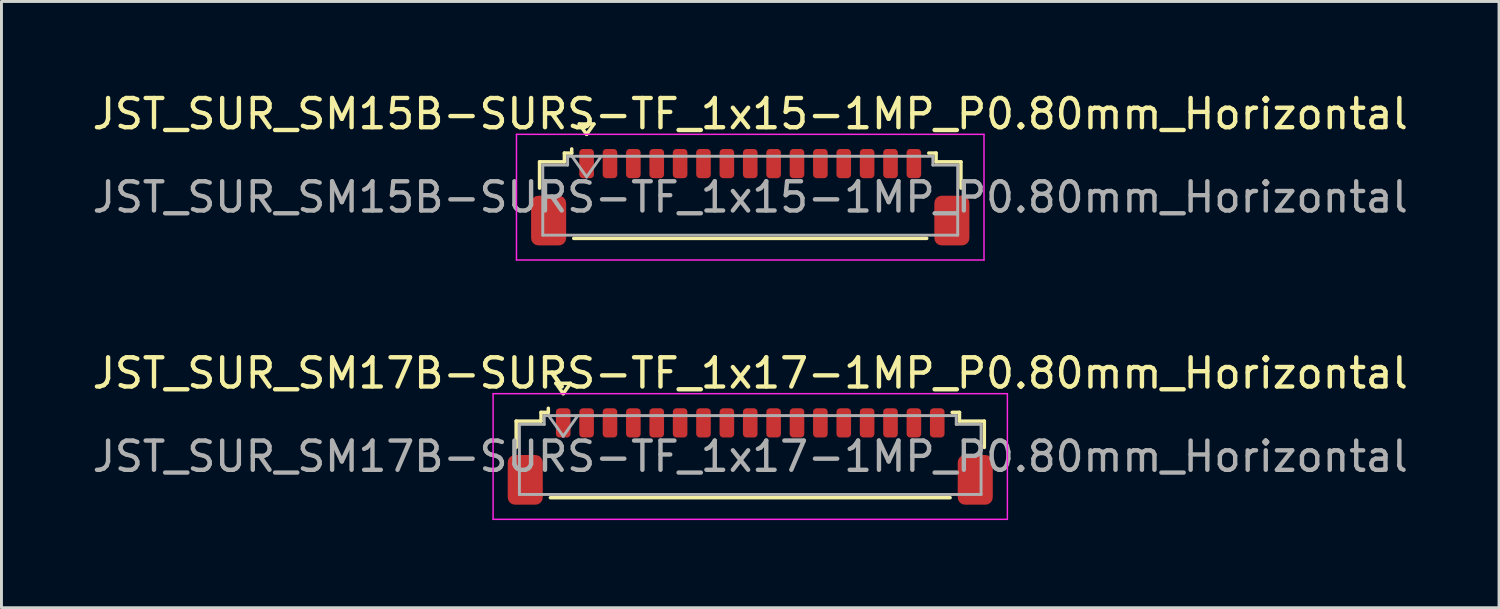
<source format=kicad_pcb>
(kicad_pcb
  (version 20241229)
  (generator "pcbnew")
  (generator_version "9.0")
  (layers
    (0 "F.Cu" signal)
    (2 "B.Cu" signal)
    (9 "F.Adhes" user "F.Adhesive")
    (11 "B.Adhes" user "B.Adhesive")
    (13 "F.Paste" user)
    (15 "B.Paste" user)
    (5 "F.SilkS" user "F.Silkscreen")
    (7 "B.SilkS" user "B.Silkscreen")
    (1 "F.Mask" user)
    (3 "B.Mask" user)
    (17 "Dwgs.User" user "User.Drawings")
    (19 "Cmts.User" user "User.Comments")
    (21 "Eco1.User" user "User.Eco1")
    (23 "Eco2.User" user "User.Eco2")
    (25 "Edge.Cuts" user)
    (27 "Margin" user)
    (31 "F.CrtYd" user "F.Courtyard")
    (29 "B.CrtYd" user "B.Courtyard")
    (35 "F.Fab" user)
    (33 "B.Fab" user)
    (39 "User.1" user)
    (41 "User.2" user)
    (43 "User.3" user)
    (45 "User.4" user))
  (footprint "JST_SUR_SM15B-SURS-TF_1x15-1MP_P0.80mm_Horizontal"
    (layer "F.Cu")
    (at 22.625 3.698)
    (property "Reference" "JST_SUR_SM15B-SURS-TF_1x15-1MP_P0.80mm_Horizontal" (at 0 -2.85 0) (layer "F.SilkS") (effects (font (size 1 1) (thickness 0.15))))
    (attr smd)
    (fp_line (start -7.21 -1.21) (end -6.36 -1.21) (stroke (width 0.12) (type solid)) (layer "F.SilkS"))
    (fp_line (start -7.21 -0.31) (end -7.21 -1.21) (stroke (width 0.12) (type solid)) (layer "F.SilkS"))
    (fp_line (start -6.36 -1.51) (end -6.11 -1.51) (stroke (width 0.12) (type solid)) (layer "F.SilkS"))
    (fp_line (start -6.36 -1.21) (end -6.36 -1.51) (stroke (width 0.12) (type solid)) (layer "F.SilkS"))
    (fp_line (start -6.11 -1.51) (end -6.11 -1.65) (stroke (width 0.12) (type solid)) (layer "F.SilkS"))
    (fp_line (start -6.04 1.41) (end 6.04 1.41) (stroke (width 0.12) (type solid)) (layer "F.SilkS"))
    (fp_line (start -5.85 -2.504) (end -5.6 -2.15) (stroke (width 0.12) (type solid)) (layer "F.SilkS"))
    (fp_line (start -5.6 -2.15) (end -5.35 -2.504) (stroke (width 0.12) (type solid)) (layer "F.SilkS"))
    (fp_line (start -5.35 -2.504) (end -5.85 -2.504) (stroke (width 0.12) (type solid)) (layer "F.SilkS"))
    (fp_line (start 6.36 -1.51) (end 6.11 -1.51) (stroke (width 0.12) (type solid)) (layer "F.SilkS"))
    (fp_line (start 6.36 -1.21) (end 6.36 -1.51) (stroke (width 0.12) (type solid)) (layer "F.SilkS"))
    (fp_line (start 7.21 -1.21) (end 6.36 -1.21) (stroke (width 0.12) (type solid)) (layer "F.SilkS"))
    (fp_line (start 7.21 -0.31) (end 7.21 -1.21) (stroke (width 0.12) (type solid)) (layer "F.SilkS"))
    (fp_line (start -8 -2.15) (end -8 2.15) (stroke (width 0.05) (type solid)) (layer "F.CrtYd"))
    (fp_line (start -8 2.15) (end 8 2.15) (stroke (width 0.05) (type solid)) (layer "F.CrtYd"))
    (fp_line (start 8 -2.15) (end -8 -2.15) (stroke (width 0.05) (type solid)) (layer "F.CrtYd"))
    (fp_line (start 8 2.15) (end 8 -2.15) (stroke (width 0.05) (type solid)) (layer "F.CrtYd"))
    (fp_line (start -7.1 -1.1) (end -7.1 1.3) (stroke (width 0.1) (type solid)) (layer "F.Fab"))
    (fp_line (start -7.1 -1.1) (end -6.25 -1.1) (stroke (width 0.1) (type solid)) (layer "F.Fab"))
    (fp_line (start -7.1 1.3) (end 7.1 1.3) (stroke (width 0.1) (type solid)) (layer "F.Fab"))
    (fp_line (start -6.25 -1.4) (end 6.25 -1.4) (stroke (width 0.1) (type solid)) (layer "F.Fab"))
    (fp_line (start -6.25 -1.1) (end -6.25 -1.4) (stroke (width 0.1) (type solid)) (layer "F.Fab"))
    (fp_line (start -6.1 -1.4) (end -5.6 -0.693) (stroke (width 0.1) (type solid)) (layer "F.Fab"))
    (fp_line (start -5.6 -0.693) (end -5.1 -1.4) (stroke (width 0.1) (type solid)) (layer "F.Fab"))
    (fp_line (start 6.25 -1.4) (end 6.25 -1.1) (stroke (width 0.1) (type solid)) (layer "F.Fab"))
    (fp_line (start 6.25 -1.1) (end 7.1 -1.1) (stroke (width 0.1) (type solid)) (layer "F.Fab"))
    (fp_line (start 7.1 -1.1) (end 7.1 1.3) (stroke (width 0.1) (type solid)) (layer "F.Fab"))
    (fp_text user "${REFERENCE}" (at 0 0 0) (layer "F.Fab") (effects (font (size 1 1) (thickness 0.15))))
    (pad "1" smd roundrect (at -5.6 -1.15) (size 0.5 1) (layers "F.Cu" "F.Mask" "F.Paste") (roundrect_rratio 0.25))
    (pad "2" smd roundrect (at -4.8 -1.15) (size 0.5 1) (layers "F.Cu" "F.Mask" "F.Paste") (roundrect_rratio 0.25))
    (pad "3" smd roundrect (at -4 -1.15) (size 0.5 1) (layers "F.Cu" "F.Mask" "F.Paste") (roundrect_rratio 0.25))
    (pad "4" smd roundrect (at -3.2 -1.15) (size 0.5 1) (layers "F.Cu" "F.Mask" "F.Paste") (roundrect_rratio 0.25))
    (pad "5" smd roundrect (at -2.4 -1.15) (size 0.5 1) (layers "F.Cu" "F.Mask" "F.Paste") (roundrect_rratio 0.25))
    (pad "6" smd roundrect (at -1.6 -1.15) (size 0.5 1) (layers "F.Cu" "F.Mask" "F.Paste") (roundrect_rratio 0.25))
    (pad "7" smd roundrect (at -0.8 -1.15) (size 0.5 1) (layers "F.Cu" "F.Mask" "F.Paste") (roundrect_rratio 0.25))
    (pad "8" smd roundrect (at 0 -1.15) (size 0.5 1) (layers "F.Cu" "F.Mask" "F.Paste") (roundrect_rratio 0.25))
    (pad "9" smd roundrect (at 0.8 -1.15) (size 0.5 1) (layers "F.Cu" "F.Mask" "F.Paste") (roundrect_rratio 0.25))
    (pad "10" smd roundrect (at 1.6 -1.15) (size 0.5 1) (layers "F.Cu" "F.Mask" "F.Paste") (roundrect_rratio 0.25))
    (pad "11" smd roundrect (at 2.4 -1.15) (size 0.5 1) (layers "F.Cu" "F.Mask" "F.Paste") (roundrect_rratio 0.25))
    (pad "12" smd roundrect (at 3.2 -1.15) (size 0.5 1) (layers "F.Cu" "F.Mask" "F.Paste") (roundrect_rratio 0.25))
    (pad "13" smd roundrect (at 4 -1.15) (size 0.5 1) (layers "F.Cu" "F.Mask" "F.Paste") (roundrect_rratio 0.25))
    (pad "14" smd roundrect (at 4.8 -1.15) (size 0.5 1) (layers "F.Cu" "F.Mask" "F.Paste") (roundrect_rratio 0.25))
    (pad "15" smd roundrect (at 5.6 -1.15) (size 0.5 1) (layers "F.Cu" "F.Mask" "F.Paste") (roundrect_rratio 0.25))
    (pad "MP" smd roundrect (at -6.9 0.8) (size 1.2 1.7) (layers "F.Cu" "F.Mask" "F.Paste") (roundrect_rratio 0.208))
    (pad "MP" smd roundrect (at 6.9 0.8) (size 1.2 1.7) (layers "F.Cu" "F.Mask" "F.Paste") (roundrect_rratio 0.208)))
  (footprint "JST_SUR_SM17B-SURS-TF_1x17-1MP_P0.80mm_Horizontal"
    (layer "F.Cu")
    (at 22.625 12.572)
    (property "Reference" "JST_SUR_SM17B-SURS-TF_1x17-1MP_P0.80mm_Horizontal" (at 0 -2.85 0) (layer "F.SilkS") (effects (font (size 1 1) (thickness 0.15))))
    (attr smd)
    (fp_line (start -8.01 -1.21) (end -7.16 -1.21) (stroke (width 0.12) (type solid)) (layer "F.SilkS"))
    (fp_line (start -8.01 -0.31) (end -8.01 -1.21) (stroke (width 0.12) (type solid)) (layer "F.SilkS"))
    (fp_line (start -7.16 -1.51) (end -6.91 -1.51) (stroke (width 0.12) (type solid)) (layer "F.SilkS"))
    (fp_line (start -7.16 -1.21) (end -7.16 -1.51) (stroke (width 0.12) (type solid)) (layer "F.SilkS"))
    (fp_line (start -6.91 -1.51) (end -6.91 -1.65) (stroke (width 0.12) (type solid)) (layer "F.SilkS"))
    (fp_line (start -6.84 1.41) (end 6.84 1.41) (stroke (width 0.12) (type solid)) (layer "F.SilkS"))
    (fp_line (start -6.65 -2.504) (end -6.4 -2.15) (stroke (width 0.12) (type solid)) (layer "F.SilkS"))
    (fp_line (start -6.4 -2.15) (end -6.15 -2.504) (stroke (width 0.12) (type solid)) (layer "F.SilkS"))
    (fp_line (start -6.15 -2.504) (end -6.65 -2.504) (stroke (width 0.12) (type solid)) (layer "F.SilkS"))
    (fp_line (start 7.16 -1.51) (end 6.91 -1.51) (stroke (width 0.12) (type solid)) (layer "F.SilkS"))
    (fp_line (start 7.16 -1.21) (end 7.16 -1.51) (stroke (width 0.12) (type solid)) (layer "F.SilkS"))
    (fp_line (start 8.01 -1.21) (end 7.16 -1.21) (stroke (width 0.12) (type solid)) (layer "F.SilkS"))
    (fp_line (start 8.01 -0.31) (end 8.01 -1.21) (stroke (width 0.12) (type solid)) (layer "F.SilkS"))
    (fp_line (start -8.8 -2.15) (end -8.8 2.15) (stroke (width 0.05) (type solid)) (layer "F.CrtYd"))
    (fp_line (start -8.8 2.15) (end 8.8 2.15) (stroke (width 0.05) (type solid)) (layer "F.CrtYd"))
    (fp_line (start 8.8 -2.15) (end -8.8 -2.15) (stroke (width 0.05) (type solid)) (layer "F.CrtYd"))
    (fp_line (start 8.8 2.15) (end 8.8 -2.15) (stroke (width 0.05) (type solid)) (layer "F.CrtYd"))
    (fp_line (start -7.9 -1.1) (end -7.9 1.3) (stroke (width 0.1) (type solid)) (layer "F.Fab"))
    (fp_line (start -7.9 -1.1) (end -7.05 -1.1) (stroke (width 0.1) (type solid)) (layer "F.Fab"))
    (fp_line (start -7.9 1.3) (end 7.9 1.3) (stroke (width 0.1) (type solid)) (layer "F.Fab"))
    (fp_line (start -7.05 -1.4) (end 7.05 -1.4) (stroke (width 0.1) (type solid)) (layer "F.Fab"))
    (fp_line (start -7.05 -1.1) (end -7.05 -1.4) (stroke (width 0.1) (type solid)) (layer "F.Fab"))
    (fp_line (start -6.9 -1.4) (end -6.4 -0.693) (stroke (width 0.1) (type solid)) (layer "F.Fab"))
    (fp_line (start -6.4 -0.693) (end -5.9 -1.4) (stroke (width 0.1) (type solid)) (layer "F.Fab"))
    (fp_line (start 7.05 -1.4) (end 7.05 -1.1) (stroke (width 0.1) (type solid)) (layer "F.Fab"))
    (fp_line (start 7.05 -1.1) (end 7.9 -1.1) (stroke (width 0.1) (type solid)) (layer "F.Fab"))
    (fp_line (start 7.9 -1.1) (end 7.9 1.3) (stroke (width 0.1) (type solid)) (layer "F.Fab"))
    (fp_text user "${REFERENCE}" (at 0 0 0) (layer "F.Fab") (effects (font (size 1 1) (thickness 0.15))))
    (pad "1" smd roundrect (at -6.4 -1.15) (size 0.5 1) (layers "F.Cu" "F.Mask" "F.Paste") (roundrect_rratio 0.25))
    (pad "2" smd roundrect (at -5.6 -1.15) (size 0.5 1) (layers "F.Cu" "F.Mask" "F.Paste") (roundrect_rratio 0.25))
    (pad "3" smd roundrect (at -4.8 -1.15) (size 0.5 1) (layers "F.Cu" "F.Mask" "F.Paste") (roundrect_rratio 0.25))
    (pad "4" smd roundrect (at -4 -1.15) (size 0.5 1) (layers "F.Cu" "F.Mask" "F.Paste") (roundrect_rratio 0.25))
    (pad "5" smd roundrect (at -3.2 -1.15) (size 0.5 1) (layers "F.Cu" "F.Mask" "F.Paste") (roundrect_rratio 0.25))
    (pad "6" smd roundrect (at -2.4 -1.15) (size 0.5 1) (layers "F.Cu" "F.Mask" "F.Paste") (roundrect_rratio 0.25))
    (pad "7" smd roundrect (at -1.6 -1.15) (size 0.5 1) (layers "F.Cu" "F.Mask" "F.Paste") (roundrect_rratio 0.25))
    (pad "8" smd roundrect (at -0.8 -1.15) (size 0.5 1) (layers "F.Cu" "F.Mask" "F.Paste") (roundrect_rratio 0.25))
    (pad "9" smd roundrect (at 0 -1.15) (size 0.5 1) (layers "F.Cu" "F.Mask" "F.Paste") (roundrect_rratio 0.25))
    (pad "10" smd roundrect (at 0.8 -1.15) (size 0.5 1) (layers "F.Cu" "F.Mask" "F.Paste") (roundrect_rratio 0.25))
    (pad "11" smd roundrect (at 1.6 -1.15) (size 0.5 1) (layers "F.Cu" "F.Mask" "F.Paste") (roundrect_rratio 0.25))
    (pad "12" smd roundrect (at 2.4 -1.15) (size 0.5 1) (layers "F.Cu" "F.Mask" "F.Paste") (roundrect_rratio 0.25))
    (pad "13" smd roundrect (at 3.2 -1.15) (size 0.5 1) (layers "F.Cu" "F.Mask" "F.Paste") (roundrect_rratio 0.25))
    (pad "14" smd roundrect (at 4 -1.15) (size 0.5 1) (layers "F.Cu" "F.Mask" "F.Paste") (roundrect_rratio 0.25))
    (pad "15" smd roundrect (at 4.8 -1.15) (size 0.5 1) (layers "F.Cu" "F.Mask" "F.Paste") (roundrect_rratio 0.25))
    (pad "16" smd roundrect (at 5.6 -1.15) (size 0.5 1) (layers "F.Cu" "F.Mask" "F.Paste") (roundrect_rratio 0.25))
    (pad "17" smd roundrect (at 6.4 -1.15) (size 0.5 1) (layers "F.Cu" "F.Mask" "F.Paste") (roundrect_rratio 0.25))
    (pad "MP" smd roundrect (at -7.7 0.8) (size 1.2 1.7) (layers "F.Cu" "F.Mask" "F.Paste") (roundrect_rratio 0.208))
    (pad "MP" smd roundrect (at 7.7 0.8) (size 1.2 1.7) (layers "F.Cu" "F.Mask" "F.Paste") (roundrect_rratio 0.208)))
  (gr_rect
    (start -3 -3)
    (end 48.25 17.747)
    (stroke (width 0.1) (type default))
    (fill no)
    (layer "Edge.Cuts")))
</source>
